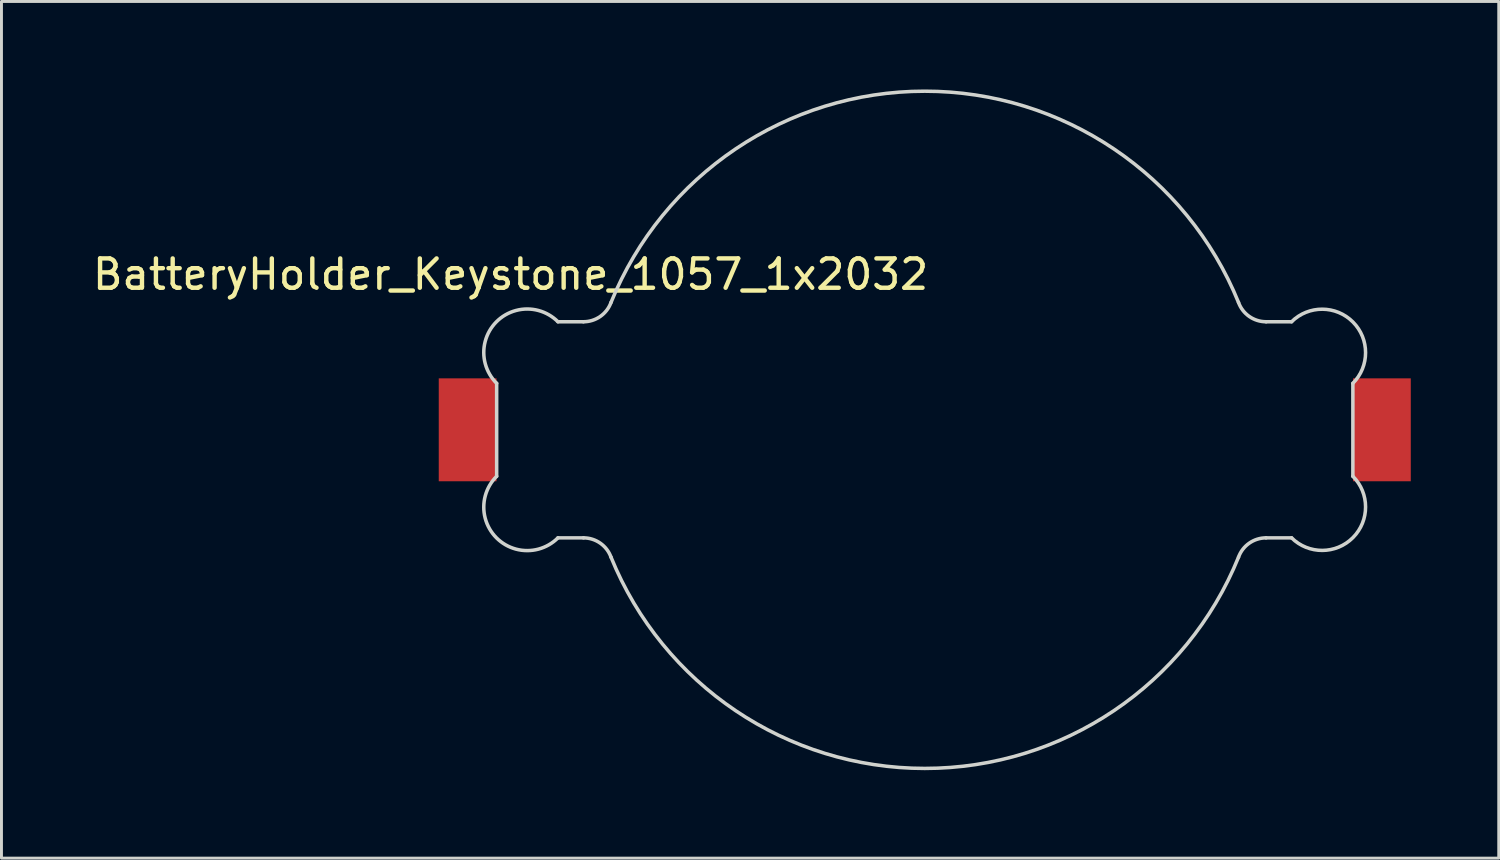
<source format=kicad_pcb>
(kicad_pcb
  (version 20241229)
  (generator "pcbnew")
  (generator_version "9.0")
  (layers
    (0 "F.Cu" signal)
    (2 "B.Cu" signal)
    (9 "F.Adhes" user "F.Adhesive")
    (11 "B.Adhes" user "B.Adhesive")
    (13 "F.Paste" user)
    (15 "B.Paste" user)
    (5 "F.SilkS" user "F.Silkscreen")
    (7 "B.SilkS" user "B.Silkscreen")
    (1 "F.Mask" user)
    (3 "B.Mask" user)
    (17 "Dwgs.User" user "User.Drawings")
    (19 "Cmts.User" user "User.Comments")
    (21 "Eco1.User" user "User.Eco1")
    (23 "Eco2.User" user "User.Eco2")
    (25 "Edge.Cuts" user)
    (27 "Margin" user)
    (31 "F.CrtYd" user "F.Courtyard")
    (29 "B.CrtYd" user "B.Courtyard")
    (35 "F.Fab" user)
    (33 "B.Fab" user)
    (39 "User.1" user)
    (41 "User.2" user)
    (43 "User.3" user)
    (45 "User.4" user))
  (footprint "BatteryHolder_Keystone_1057_1x2032"
    (layer "F.Cu")
    (at 28.488 11.608)
    (property "Reference" "BatteryHolder_Keystone_1057_1x2032" (at -14.125 -5.3 0) (layer "F.SilkS") (effects (font (size 1 1) (thickness 0.15))))
    (attr through_hole)
    (fp_line (start -14.6 -1.585) (end -14.6 1.585) (stroke (width 0.12) (type solid)) (layer "Edge.Cuts"))
    (fp_line (start -12.51 -3.685) (end -11.64 -3.685) (stroke (width 0.12) (type solid)) (layer "Edge.Cuts"))
    (fp_line (start -12.51 3.685) (end -11.64 3.685) (stroke (width 0.12) (type solid)) (layer "Edge.Cuts"))
    (fp_line (start 11.64 -3.685) (end 12.51 -3.685) (stroke (width 0.12) (type solid)) (layer "Edge.Cuts"))
    (fp_line (start 11.64 3.685) (end 12.51 3.685) (stroke (width 0.12) (type solid)) (layer "Edge.Cuts"))
    (fp_line (start 14.6 -1.585) (end 14.6 1.585) (stroke (width 0.12) (type solid)) (layer "Edge.Cuts"))
    (fp_arc (start -14.6 -1.585) (mid -14.605 -3.68) (end -12.51 -3.685) (stroke (width 0.12) (type solid)) (layer "Edge.Cuts"))
    (fp_arc (start -12.51 3.685) (mid -14.605 3.68) (end -14.6 1.585) (stroke (width 0.12) (type solid)) (layer "Edge.Cuts"))
    (fp_arc (start -11.64 3.685) (mid -11.066423 3.865848) (end -10.700307 4.34298) (stroke (width 0.12) (type solid)) (layer "Edge.Cuts"))
    (fp_arc (start -10.700307 -4.34298) (mid -11.066423 -3.865848) (end -11.64 -3.685) (stroke (width 0.12) (type solid)) (layer "Edge.Cuts"))
    (fp_arc (start -10.700307 -4.34298) (mid 0 -11.548075) (end 10.700307 -4.34298) (stroke (width 0.12) (type solid)) (layer "Edge.Cuts"))
    (fp_arc (start 10.700307 4.34298) (mid 0 11.548075) (end -10.700307 4.342981) (stroke (width 0.12) (type solid)) (layer "Edge.Cuts"))
    (fp_arc (start 10.700307 4.34298) (mid 11.066423 3.865848) (end 11.64 3.685) (stroke (width 0.12) (type solid)) (layer "Edge.Cuts"))
    (fp_arc (start 11.64 -3.685) (mid 11.066423 -3.865848) (end 10.700307 -4.34298) (stroke (width 0.12) (type solid)) (layer "Edge.Cuts"))
    (fp_arc (start 12.51 -3.685) (mid 14.605 -3.68) (end 14.6 -1.585) (stroke (width 0.12) (type solid)) (layer "Edge.Cuts"))
    (fp_arc (start 14.6 1.585) (mid 14.605 3.68) (end 12.51 3.685) (stroke (width 0.12) (type solid)) (layer "Edge.Cuts"))
    (pad "1" smd rect (at -15.59 0) (size 1.97 3.51) (layers "F.Cu" "F.Mask" "F.Paste"))
    (pad "2" smd rect (at 15.59 0) (size 1.97 3.51) (layers "F.Cu" "F.Mask" "F.Paste")))
  (gr_rect
    (start -3 -3)
    (end 48.063 26.216)
    (stroke (width 0.1) (type default))
    (fill no)
    (layer "Edge.Cuts")))
</source>
